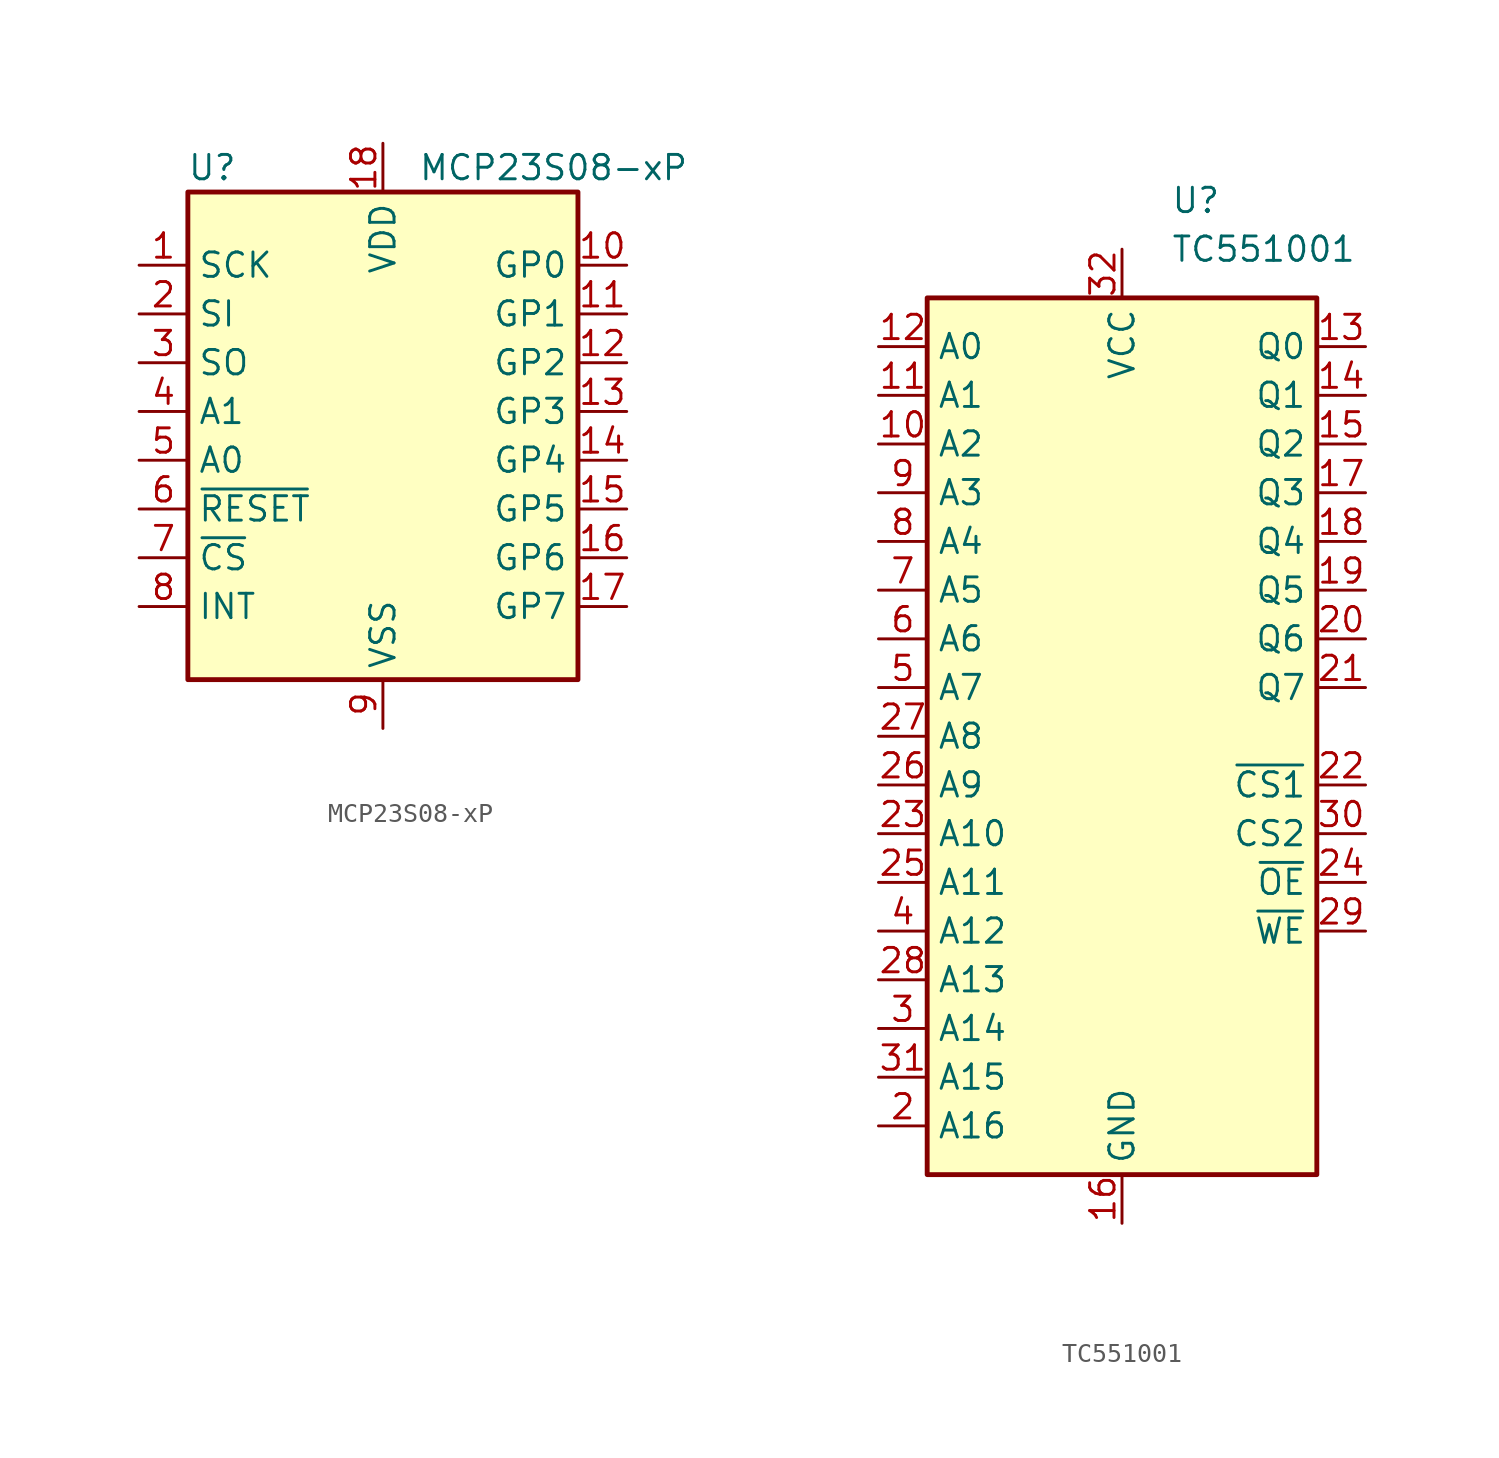
<source format=kicad_sym>
(kicad_symbol_lib
  (version 20220914)
  (generator kicad_symbol_editor)
  (symbol "MCP23S08-xP"
    (property "Reference" "U"
      (at -8.89 13.97 0)
      (effects (font (size 1.27 1.27))))
    (property "Value" "MCP23S08-xP"
      (at 8.89 13.97 0)
      (effects (font (size 1.27 1.27))))
    (symbol "MCP23S08-xP_0_1"
      (rectangle (start -10.16 12.7) (end 10.16 -12.7) (stroke (width 0.254) (type default)) (fill (type background))))
    (symbol "MCP23S08-xP_1_1"
      (pin input line (at -12.7 8.89 0) (length 2.54) (name "SCK" (effects (font (size 1.27 1.27)))) (number "1" (effects (font (size 1.27 1.27)))))
      (pin bidirectional line (at 12.7 8.89 180) (length 2.54) (name "GP0" (effects (font (size 1.27 1.27)))) (number "10" (effects (font (size 1.27 1.27)))))
      (pin bidirectional line (at 12.7 6.35 180) (length 2.54) (name "GP1" (effects (font (size 1.27 1.27)))) (number "11" (effects (font (size 1.27 1.27)))))
      (pin bidirectional line (at 12.7 3.81 180) (length 2.54) (name "GP2" (effects (font (size 1.27 1.27)))) (number "12" (effects (font (size 1.27 1.27)))))
      (pin bidirectional line (at 12.7 1.27 180) (length 2.54) (name "GP3" (effects (font (size 1.27 1.27)))) (number "13" (effects (font (size 1.27 1.27)))))
      (pin bidirectional line (at 12.7 -1.27 180) (length 2.54) (name "GP4" (effects (font (size 1.27 1.27)))) (number "14" (effects (font (size 1.27 1.27)))))
      (pin bidirectional line (at 12.7 -3.81 180) (length 2.54) (name "GP5" (effects (font (size 1.27 1.27)))) (number "15" (effects (font (size 1.27 1.27)))))
      (pin bidirectional line (at 12.7 -6.35 180) (length 2.54) (name "GP6" (effects (font (size 1.27 1.27)))) (number "16" (effects (font (size 1.27 1.27)))))
      (pin bidirectional line (at 12.7 -8.89 180) (length 2.54) (name "GP7" (effects (font (size 1.27 1.27)))) (number "17" (effects (font (size 1.27 1.27)))))
      (pin power_in line (at 0 15.24 270) (length 2.54) (name "VDD" (effects (font (size 1.27 1.27)))) (number "18" (effects (font (size 1.27 1.27)))))
      (pin input line (at -12.7 6.35 0) (length 2.54) (name "SI" (effects (font (size 1.27 1.27)))) (number "2" (effects (font (size 1.27 1.27)))))
      (pin output line (at -12.7 3.81 0) (length 2.54) (name "SO" (effects (font (size 1.27 1.27)))) (number "3" (effects (font (size 1.27 1.27)))))
      (pin input line (at -12.7 1.27 0) (length 2.54) (name "A1" (effects (font (size 1.27 1.27)))) (number "4" (effects (font (size 1.27 1.27)))))
      (pin input line (at -12.7 -1.27 0) (length 2.54) (name "A0" (effects (font (size 1.27 1.27)))) (number "5" (effects (font (size 1.27 1.27)))))
      (pin input line (at -12.7 -3.81 0) (length 2.54) (name "~{RESET}" (effects (font (size 1.27 1.27)))) (number "6" (effects (font (size 1.27 1.27)))))
      (pin input line (at -12.7 -6.35 0) (length 2.54) (name "~{CS}" (effects (font (size 1.27 1.27)))) (number "7" (effects (font (size 1.27 1.27)))))
      (pin output line (at -12.7 -8.89 0) (length 2.54) (name "INT" (effects (font (size 1.27 1.27)))) (number "8" (effects (font (size 1.27 1.27)))))
      (pin power_in line (at 0 -15.24 90) (length 2.54) (name "VSS" (effects (font (size 1.27 1.27)))) (number "9" (effects (font (size 1.27 1.27)))))))
  (symbol "TC551001"
    (property "Reference" "U"
      (at 2.54 27.94 0)
      (effects (font (size 1.27 1.27)) (justify left)))
    (property "Value" "TC551001"
      (at 2.54 25.4 0)
      (effects (font (size 1.27 1.27)) (justify left)))
    (symbol "TC551001_0_0"
      (pin power_in line (at 0 -25.4 90) (length 2.54) (name "GND" (effects (font (size 1.27 1.27)))) (number "16" (effects (font (size 1.27 1.27)))))
      (pin power_in line (at 0 25.4 270) (length 2.54) (name "VCC" (effects (font (size 1.27 1.27)))) (number "32" (effects (font (size 1.27 1.27))))))
    (symbol "TC551001_0_1"
      (rectangle (start -10.16 22.86) (end 10.16 -22.86) (stroke (width 0.254) (type default)) (fill (type background))))
    (symbol "TC551001_1_1"
      (pin no_connect line (at 10.16 -20.32 180) (length 2.54) hide (name "NC" (effects (font (size 1.27 1.27)))) (number "1" (effects (font (size 1.27 1.27)))))
      (pin input line (at -12.7 15.24 0) (length 2.54) (name "A2" (effects (font (size 1.27 1.27)))) (number "10" (effects (font (size 1.27 1.27)))))
      (pin input line (at -12.7 17.78 0) (length 2.54) (name "A1" (effects (font (size 1.27 1.27)))) (number "11" (effects (font (size 1.27 1.27)))))
      (pin input line (at -12.7 20.32 0) (length 2.54) (name "A0" (effects (font (size 1.27 1.27)))) (number "12" (effects (font (size 1.27 1.27)))))
      (pin tri_state line (at 12.7 20.32 180) (length 2.54) (name "Q0" (effects (font (size 1.27 1.27)))) (number "13" (effects (font (size 1.27 1.27)))))
      (pin tri_state line (at 12.7 17.78 180) (length 2.54) (name "Q1" (effects (font (size 1.27 1.27)))) (number "14" (effects (font (size 1.27 1.27)))))
      (pin tri_state line (at 12.7 15.24 180) (length 2.54) (name "Q2" (effects (font (size 1.27 1.27)))) (number "15" (effects (font (size 1.27 1.27)))))
      (pin tri_state line (at 12.7 12.7 180) (length 2.54) (name "Q3" (effects (font (size 1.27 1.27)))) (number "17" (effects (font (size 1.27 1.27)))))
      (pin tri_state line (at 12.7 10.16 180) (length 2.54) (name "Q4" (effects (font (size 1.27 1.27)))) (number "18" (effects (font (size 1.27 1.27)))))
      (pin tri_state line (at 12.7 7.62 180) (length 2.54) (name "Q5" (effects (font (size 1.27 1.27)))) (number "19" (effects (font (size 1.27 1.27)))))
      (pin input line (at -12.7 -20.32 0) (length 2.54) (name "A16" (effects (font (size 1.27 1.27)))) (number "2" (effects (font (size 1.27 1.27)))))
      (pin tri_state line (at 12.7 5.08 180) (length 2.54) (name "Q6" (effects (font (size 1.27 1.27)))) (number "20" (effects (font (size 1.27 1.27)))))
      (pin tri_state line (at 12.7 2.54 180) (length 2.54) (name "Q7" (effects (font (size 1.27 1.27)))) (number "21" (effects (font (size 1.27 1.27)))))
      (pin input line (at 12.7 -2.54 180) (length 2.54) (name "~{CS1}" (effects (font (size 1.27 1.27)))) (number "22" (effects (font (size 1.27 1.27)))))
      (pin input line (at -12.7 -5.08 0) (length 2.54) (name "A10" (effects (font (size 1.27 1.27)))) (number "23" (effects (font (size 1.27 1.27)))))
      (pin input line (at 12.7 -7.62 180) (length 2.54) (name "~{OE}" (effects (font (size 1.27 1.27)))) (number "24" (effects (font (size 1.27 1.27)))))
      (pin input line (at -12.7 -7.62 0) (length 2.54) (name "A11" (effects (font (size 1.27 1.27)))) (number "25" (effects (font (size 1.27 1.27)))))
      (pin input line (at -12.7 -2.54 0) (length 2.54) (name "A9" (effects (font (size 1.27 1.27)))) (number "26" (effects (font (size 1.27 1.27)))))
      (pin input line (at -12.7 0 0) (length 2.54) (name "A8" (effects (font (size 1.27 1.27)))) (number "27" (effects (font (size 1.27 1.27)))))
      (pin input line (at -12.7 -12.7 0) (length 2.54) (name "A13" (effects (font (size 1.27 1.27)))) (number "28" (effects (font (size 1.27 1.27)))))
      (pin input line (at 12.7 -10.16 180) (length 2.54) (name "~{WE}" (effects (font (size 1.27 1.27)))) (number "29" (effects (font (size 1.27 1.27)))))
      (pin input line (at -12.7 -15.24 0) (length 2.54) (name "A14" (effects (font (size 1.27 1.27)))) (number "3" (effects (font (size 1.27 1.27)))))
      (pin input line (at 12.7 -5.08 180) (length 2.54) (name "CS2" (effects (font (size 1.27 1.27)))) (number "30" (effects (font (size 1.27 1.27)))))
      (pin input line (at -12.7 -17.78 0) (length 2.54) (name "A15" (effects (font (size 1.27 1.27)))) (number "31" (effects (font (size 1.27 1.27)))))
      (pin input line (at -12.7 -10.16 0) (length 2.54) (name "A12" (effects (font (size 1.27 1.27)))) (number "4" (effects (font (size 1.27 1.27)))))
      (pin input line (at -12.7 2.54 0) (length 2.54) (name "A7" (effects (font (size 1.27 1.27)))) (number "5" (effects (font (size 1.27 1.27)))))
      (pin input line (at -12.7 5.08 0) (length 2.54) (name "A6" (effects (font (size 1.27 1.27)))) (number "6" (effects (font (size 1.27 1.27)))))
      (pin input line (at -12.7 7.62 0) (length 2.54) (name "A5" (effects (font (size 1.27 1.27)))) (number "7" (effects (font (size 1.27 1.27)))))
      (pin input line (at -12.7 10.16 0) (length 2.54) (name "A4" (effects (font (size 1.27 1.27)))) (number "8" (effects (font (size 1.27 1.27)))))
      (pin input line (at -12.7 12.7 0) (length 2.54) (name "A3" (effects (font (size 1.27 1.27)))) (number "9" (effects (font (size 1.27 1.27))))))))
</source>
